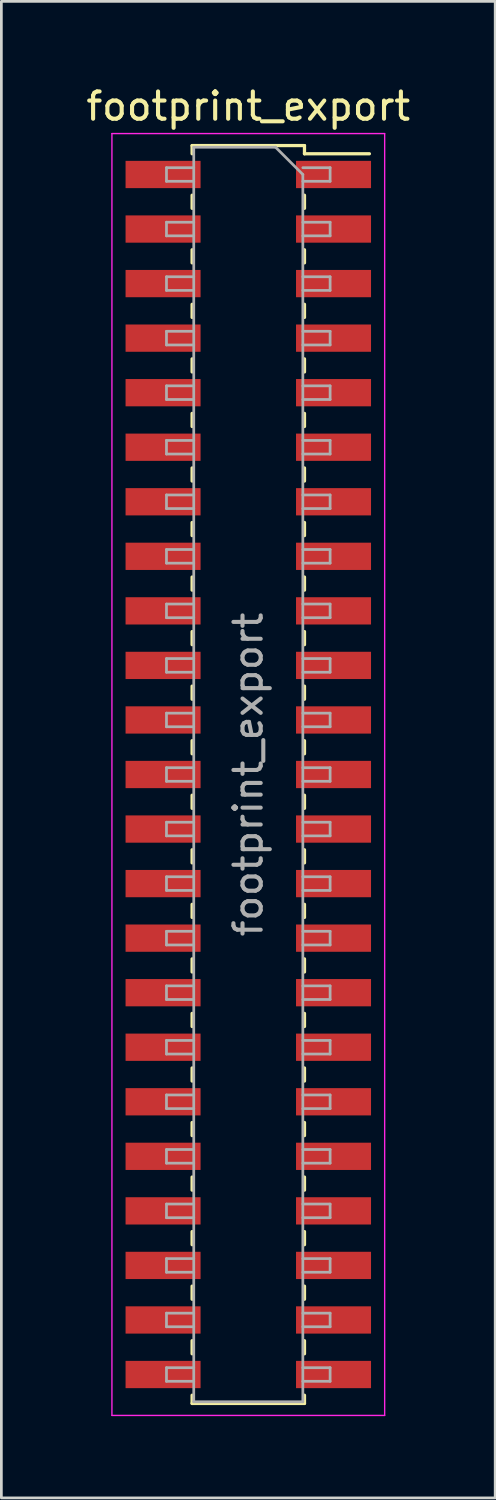
<source format=kicad_pcb>
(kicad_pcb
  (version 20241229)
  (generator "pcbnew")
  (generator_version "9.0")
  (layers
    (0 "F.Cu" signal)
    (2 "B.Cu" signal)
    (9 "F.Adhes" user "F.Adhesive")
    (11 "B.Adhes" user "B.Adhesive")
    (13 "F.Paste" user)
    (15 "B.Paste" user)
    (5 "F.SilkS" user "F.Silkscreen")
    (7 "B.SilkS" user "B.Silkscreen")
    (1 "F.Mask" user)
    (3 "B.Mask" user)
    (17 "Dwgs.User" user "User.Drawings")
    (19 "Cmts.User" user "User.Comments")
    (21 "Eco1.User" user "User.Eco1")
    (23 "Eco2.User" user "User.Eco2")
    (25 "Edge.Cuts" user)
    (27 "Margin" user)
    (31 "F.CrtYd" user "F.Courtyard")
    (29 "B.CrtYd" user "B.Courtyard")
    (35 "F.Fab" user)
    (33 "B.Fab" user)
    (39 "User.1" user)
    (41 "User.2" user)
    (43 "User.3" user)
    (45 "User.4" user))
  (footprint "footprint_export"
    (layer "F.Cu")
    (at 6.054 25.348)
    (property "Reference" "footprint_export" (at 0 -24.5 0) (layer "F.SilkS") (effects (font (size 1 1) (thickness 0.15))))
    (attr smd)
    (fp_line (start -2.06 -23.06) (end -2.06 -22.76) (stroke (width 0.12) (type solid)) (layer "F.SilkS"))
    (fp_line (start -2.06 -23.06) (end 2.06 -23.06) (stroke (width 0.12) (type solid)) (layer "F.SilkS"))
    (fp_line (start -2.06 -21.24) (end -2.06 -20.76) (stroke (width 0.12) (type solid)) (layer "F.SilkS"))
    (fp_line (start -2.06 -19.24) (end -2.06 -18.76) (stroke (width 0.12) (type solid)) (layer "F.SilkS"))
    (fp_line (start -2.06 -17.24) (end -2.06 -16.76) (stroke (width 0.12) (type solid)) (layer "F.SilkS"))
    (fp_line (start -2.06 -15.24) (end -2.06 -14.76) (stroke (width 0.12) (type solid)) (layer "F.SilkS"))
    (fp_line (start -2.06 -13.24) (end -2.06 -12.76) (stroke (width 0.12) (type solid)) (layer "F.SilkS"))
    (fp_line (start -2.06 -11.24) (end -2.06 -10.76) (stroke (width 0.12) (type solid)) (layer "F.SilkS"))
    (fp_line (start -2.06 -9.24) (end -2.06 -8.76) (stroke (width 0.12) (type solid)) (layer "F.SilkS"))
    (fp_line (start -2.06 -7.24) (end -2.06 -6.76) (stroke (width 0.12) (type solid)) (layer "F.SilkS"))
    (fp_line (start -2.06 -5.24) (end -2.06 -4.76) (stroke (width 0.12) (type solid)) (layer "F.SilkS"))
    (fp_line (start -2.06 -3.24) (end -2.06 -2.76) (stroke (width 0.12) (type solid)) (layer "F.SilkS"))
    (fp_line (start -2.06 -1.24) (end -2.06 -0.76) (stroke (width 0.12) (type solid)) (layer "F.SilkS"))
    (fp_line (start -2.06 0.76) (end -2.06 1.24) (stroke (width 0.12) (type solid)) (layer "F.SilkS"))
    (fp_line (start -2.06 2.76) (end -2.06 3.24) (stroke (width 0.12) (type solid)) (layer "F.SilkS"))
    (fp_line (start -2.06 4.76) (end -2.06 5.24) (stroke (width 0.12) (type solid)) (layer "F.SilkS"))
    (fp_line (start -2.06 6.76) (end -2.06 7.24) (stroke (width 0.12) (type solid)) (layer "F.SilkS"))
    (fp_line (start -2.06 8.76) (end -2.06 9.24) (stroke (width 0.12) (type solid)) (layer "F.SilkS"))
    (fp_line (start -2.06 10.76) (end -2.06 11.24) (stroke (width 0.12) (type solid)) (layer "F.SilkS"))
    (fp_line (start -2.06 12.76) (end -2.06 13.24) (stroke (width 0.12) (type solid)) (layer "F.SilkS"))
    (fp_line (start -2.06 14.76) (end -2.06 15.24) (stroke (width 0.12) (type solid)) (layer "F.SilkS"))
    (fp_line (start -2.06 16.76) (end -2.06 17.24) (stroke (width 0.12) (type solid)) (layer "F.SilkS"))
    (fp_line (start -2.06 18.76) (end -2.06 19.24) (stroke (width 0.12) (type solid)) (layer "F.SilkS"))
    (fp_line (start -2.06 20.76) (end -2.06 21.24) (stroke (width 0.12) (type solid)) (layer "F.SilkS"))
    (fp_line (start -2.06 22.76) (end -2.06 23.06) (stroke (width 0.12) (type solid)) (layer "F.SilkS"))
    (fp_line (start -2.06 23.06) (end 2.06 23.06) (stroke (width 0.12) (type solid)) (layer "F.SilkS"))
    (fp_line (start 2.06 -23.06) (end 2.06 -22.76) (stroke (width 0.12) (type solid)) (layer "F.SilkS"))
    (fp_line (start 2.06 -22.76) (end 4.44 -22.76) (stroke (width 0.12) (type solid)) (layer "F.SilkS"))
    (fp_line (start 2.06 -21.24) (end 2.06 -20.76) (stroke (width 0.12) (type solid)) (layer "F.SilkS"))
    (fp_line (start 2.06 -19.24) (end 2.06 -18.76) (stroke (width 0.12) (type solid)) (layer "F.SilkS"))
    (fp_line (start 2.06 -17.24) (end 2.06 -16.76) (stroke (width 0.12) (type solid)) (layer "F.SilkS"))
    (fp_line (start 2.06 -15.24) (end 2.06 -14.76) (stroke (width 0.12) (type solid)) (layer "F.SilkS"))
    (fp_line (start 2.06 -13.24) (end 2.06 -12.76) (stroke (width 0.12) (type solid)) (layer "F.SilkS"))
    (fp_line (start 2.06 -11.24) (end 2.06 -10.76) (stroke (width 0.12) (type solid)) (layer "F.SilkS"))
    (fp_line (start 2.06 -9.24) (end 2.06 -8.76) (stroke (width 0.12) (type solid)) (layer "F.SilkS"))
    (fp_line (start 2.06 -7.24) (end 2.06 -6.76) (stroke (width 0.12) (type solid)) (layer "F.SilkS"))
    (fp_line (start 2.06 -5.24) (end 2.06 -4.76) (stroke (width 0.12) (type solid)) (layer "F.SilkS"))
    (fp_line (start 2.06 -3.24) (end 2.06 -2.76) (stroke (width 0.12) (type solid)) (layer "F.SilkS"))
    (fp_line (start 2.06 -1.24) (end 2.06 -0.76) (stroke (width 0.12) (type solid)) (layer "F.SilkS"))
    (fp_line (start 2.06 0.76) (end 2.06 1.24) (stroke (width 0.12) (type solid)) (layer "F.SilkS"))
    (fp_line (start 2.06 2.76) (end 2.06 3.24) (stroke (width 0.12) (type solid)) (layer "F.SilkS"))
    (fp_line (start 2.06 4.76) (end 2.06 5.24) (stroke (width 0.12) (type solid)) (layer "F.SilkS"))
    (fp_line (start 2.06 6.76) (end 2.06 7.24) (stroke (width 0.12) (type solid)) (layer "F.SilkS"))
    (fp_line (start 2.06 8.76) (end 2.06 9.24) (stroke (width 0.12) (type solid)) (layer "F.SilkS"))
    (fp_line (start 2.06 10.76) (end 2.06 11.24) (stroke (width 0.12) (type solid)) (layer "F.SilkS"))
    (fp_line (start 2.06 12.76) (end 2.06 13.24) (stroke (width 0.12) (type solid)) (layer "F.SilkS"))
    (fp_line (start 2.06 14.76) (end 2.06 15.24) (stroke (width 0.12) (type solid)) (layer "F.SilkS"))
    (fp_line (start 2.06 16.76) (end 2.06 17.24) (stroke (width 0.12) (type solid)) (layer "F.SilkS"))
    (fp_line (start 2.06 18.76) (end 2.06 19.24) (stroke (width 0.12) (type solid)) (layer "F.SilkS"))
    (fp_line (start 2.06 20.76) (end 2.06 21.24) (stroke (width 0.12) (type solid)) (layer "F.SilkS"))
    (fp_line (start 2.06 22.76) (end 2.06 23.06) (stroke (width 0.12) (type solid)) (layer "F.SilkS"))
    (fp_line (start -5 -23.5) (end 5 -23.5) (stroke (width 0.05) (type solid)) (layer "F.CrtYd"))
    (fp_line (start -5 23.5) (end -5 -23.5) (stroke (width 0.05) (type solid)) (layer "F.CrtYd"))
    (fp_line (start 5 -23.5) (end 5 23.5) (stroke (width 0.05) (type solid)) (layer "F.CrtYd"))
    (fp_line (start 5 23.5) (end -5 23.5) (stroke (width 0.05) (type solid)) (layer "F.CrtYd"))
    (fp_line (start -3 -22.25) (end -2 -22.25) (stroke (width 0.1) (type solid)) (layer "F.Fab"))
    (fp_line (start -3 -21.75) (end -3 -22.25) (stroke (width 0.1) (type solid)) (layer "F.Fab"))
    (fp_line (start -3 -20.25) (end -2 -20.25) (stroke (width 0.1) (type solid)) (layer "F.Fab"))
    (fp_line (start -3 -19.75) (end -3 -20.25) (stroke (width 0.1) (type solid)) (layer "F.Fab"))
    (fp_line (start -3 -18.25) (end -2 -18.25) (stroke (width 0.1) (type solid)) (layer "F.Fab"))
    (fp_line (start -3 -17.75) (end -3 -18.25) (stroke (width 0.1) (type solid)) (layer "F.Fab"))
    (fp_line (start -3 -16.25) (end -2 -16.25) (stroke (width 0.1) (type solid)) (layer "F.Fab"))
    (fp_line (start -3 -15.75) (end -3 -16.25) (stroke (width 0.1) (type solid)) (layer "F.Fab"))
    (fp_line (start -3 -14.25) (end -2 -14.25) (stroke (width 0.1) (type solid)) (layer "F.Fab"))
    (fp_line (start -3 -13.75) (end -3 -14.25) (stroke (width 0.1) (type solid)) (layer "F.Fab"))
    (fp_line (start -3 -12.25) (end -2 -12.25) (stroke (width 0.1) (type solid)) (layer "F.Fab"))
    (fp_line (start -3 -11.75) (end -3 -12.25) (stroke (width 0.1) (type solid)) (layer "F.Fab"))
    (fp_line (start -3 -10.25) (end -2 -10.25) (stroke (width 0.1) (type solid)) (layer "F.Fab"))
    (fp_line (start -3 -9.75) (end -3 -10.25) (stroke (width 0.1) (type solid)) (layer "F.Fab"))
    (fp_line (start -3 -8.25) (end -2 -8.25) (stroke (width 0.1) (type solid)) (layer "F.Fab"))
    (fp_line (start -3 -7.75) (end -3 -8.25) (stroke (width 0.1) (type solid)) (layer "F.Fab"))
    (fp_line (start -3 -6.25) (end -2 -6.25) (stroke (width 0.1) (type solid)) (layer "F.Fab"))
    (fp_line (start -3 -5.75) (end -3 -6.25) (stroke (width 0.1) (type solid)) (layer "F.Fab"))
    (fp_line (start -3 -4.25) (end -2 -4.25) (stroke (width 0.1) (type solid)) (layer "F.Fab"))
    (fp_line (start -3 -3.75) (end -3 -4.25) (stroke (width 0.1) (type solid)) (layer "F.Fab"))
    (fp_line (start -3 -2.25) (end -2 -2.25) (stroke (width 0.1) (type solid)) (layer "F.Fab"))
    (fp_line (start -3 -1.75) (end -3 -2.25) (stroke (width 0.1) (type solid)) (layer "F.Fab"))
    (fp_line (start -3 -0.25) (end -2 -0.25) (stroke (width 0.1) (type solid)) (layer "F.Fab"))
    (fp_line (start -3 0.25) (end -3 -0.25) (stroke (width 0.1) (type solid)) (layer "F.Fab"))
    (fp_line (start -3 1.75) (end -2 1.75) (stroke (width 0.1) (type solid)) (layer "F.Fab"))
    (fp_line (start -3 2.25) (end -3 1.75) (stroke (width 0.1) (type solid)) (layer "F.Fab"))
    (fp_line (start -3 3.75) (end -2 3.75) (stroke (width 0.1) (type solid)) (layer "F.Fab"))
    (fp_line (start -3 4.25) (end -3 3.75) (stroke (width 0.1) (type solid)) (layer "F.Fab"))
    (fp_line (start -3 5.75) (end -2 5.75) (stroke (width 0.1) (type solid)) (layer "F.Fab"))
    (fp_line (start -3 6.25) (end -3 5.75) (stroke (width 0.1) (type solid)) (layer "F.Fab"))
    (fp_line (start -3 7.75) (end -2 7.75) (stroke (width 0.1) (type solid)) (layer "F.Fab"))
    (fp_line (start -3 8.25) (end -3 7.75) (stroke (width 0.1) (type solid)) (layer "F.Fab"))
    (fp_line (start -3 9.75) (end -2 9.75) (stroke (width 0.1) (type solid)) (layer "F.Fab"))
    (fp_line (start -3 10.25) (end -3 9.75) (stroke (width 0.1) (type solid)) (layer "F.Fab"))
    (fp_line (start -3 11.75) (end -2 11.75) (stroke (width 0.1) (type solid)) (layer "F.Fab"))
    (fp_line (start -3 12.25) (end -3 11.75) (stroke (width 0.1) (type solid)) (layer "F.Fab"))
    (fp_line (start -3 13.75) (end -2 13.75) (stroke (width 0.1) (type solid)) (layer "F.Fab"))
    (fp_line (start -3 14.25) (end -3 13.75) (stroke (width 0.1) (type solid)) (layer "F.Fab"))
    (fp_line (start -3 15.75) (end -2 15.75) (stroke (width 0.1) (type solid)) (layer "F.Fab"))
    (fp_line (start -3 16.25) (end -3 15.75) (stroke (width 0.1) (type solid)) (layer "F.Fab"))
    (fp_line (start -3 17.75) (end -2 17.75) (stroke (width 0.1) (type solid)) (layer "F.Fab"))
    (fp_line (start -3 18.25) (end -3 17.75) (stroke (width 0.1) (type solid)) (layer "F.Fab"))
    (fp_line (start -3 19.75) (end -2 19.75) (stroke (width 0.1) (type solid)) (layer "F.Fab"))
    (fp_line (start -3 20.25) (end -3 19.75) (stroke (width 0.1) (type solid)) (layer "F.Fab"))
    (fp_line (start -3 21.75) (end -2 21.75) (stroke (width 0.1) (type solid)) (layer "F.Fab"))
    (fp_line (start -3 22.25) (end -3 21.75) (stroke (width 0.1) (type solid)) (layer "F.Fab"))
    (fp_line (start -2 -23) (end 1 -23) (stroke (width 0.1) (type solid)) (layer "F.Fab"))
    (fp_line (start -2 -21.75) (end -3 -21.75) (stroke (width 0.1) (type solid)) (layer "F.Fab"))
    (fp_line (start -2 -19.75) (end -3 -19.75) (stroke (width 0.1) (type solid)) (layer "F.Fab"))
    (fp_line (start -2 -17.75) (end -3 -17.75) (stroke (width 0.1) (type solid)) (layer "F.Fab"))
    (fp_line (start -2 -15.75) (end -3 -15.75) (stroke (width 0.1) (type solid)) (layer "F.Fab"))
    (fp_line (start -2 -13.75) (end -3 -13.75) (stroke (width 0.1) (type solid)) (layer "F.Fab"))
    (fp_line (start -2 -11.75) (end -3 -11.75) (stroke (width 0.1) (type solid)) (layer "F.Fab"))
    (fp_line (start -2 -9.75) (end -3 -9.75) (stroke (width 0.1) (type solid)) (layer "F.Fab"))
    (fp_line (start -2 -7.75) (end -3 -7.75) (stroke (width 0.1) (type solid)) (layer "F.Fab"))
    (fp_line (start -2 -5.75) (end -3 -5.75) (stroke (width 0.1) (type solid)) (layer "F.Fab"))
    (fp_line (start -2 -3.75) (end -3 -3.75) (stroke (width 0.1) (type solid)) (layer "F.Fab"))
    (fp_line (start -2 -1.75) (end -3 -1.75) (stroke (width 0.1) (type solid)) (layer "F.Fab"))
    (fp_line (start -2 0.25) (end -3 0.25) (stroke (width 0.1) (type solid)) (layer "F.Fab"))
    (fp_line (start -2 2.25) (end -3 2.25) (stroke (width 0.1) (type solid)) (layer "F.Fab"))
    (fp_line (start -2 4.25) (end -3 4.25) (stroke (width 0.1) (type solid)) (layer "F.Fab"))
    (fp_line (start -2 6.25) (end -3 6.25) (stroke (width 0.1) (type solid)) (layer "F.Fab"))
    (fp_line (start -2 8.25) (end -3 8.25) (stroke (width 0.1) (type solid)) (layer "F.Fab"))
    (fp_line (start -2 10.25) (end -3 10.25) (stroke (width 0.1) (type solid)) (layer "F.Fab"))
    (fp_line (start -2 12.25) (end -3 12.25) (stroke (width 0.1) (type solid)) (layer "F.Fab"))
    (fp_line (start -2 14.25) (end -3 14.25) (stroke (width 0.1) (type solid)) (layer "F.Fab"))
    (fp_line (start -2 16.25) (end -3 16.25) (stroke (width 0.1) (type solid)) (layer "F.Fab"))
    (fp_line (start -2 18.25) (end -3 18.25) (stroke (width 0.1) (type solid)) (layer "F.Fab"))
    (fp_line (start -2 20.25) (end -3 20.25) (stroke (width 0.1) (type solid)) (layer "F.Fab"))
    (fp_line (start -2 22.25) (end -3 22.25) (stroke (width 0.1) (type solid)) (layer "F.Fab"))
    (fp_line (start -2 23) (end -2 -23) (stroke (width 0.1) (type solid)) (layer "F.Fab"))
    (fp_line (start 1 -23) (end 2 -22) (stroke (width 0.1) (type solid)) (layer "F.Fab"))
    (fp_line (start 2 -22.25) (end 3 -22.25) (stroke (width 0.1) (type solid)) (layer "F.Fab"))
    (fp_line (start 2 -22) (end 2 23) (stroke (width 0.1) (type solid)) (layer "F.Fab"))
    (fp_line (start 2 -20.25) (end 3 -20.25) (stroke (width 0.1) (type solid)) (layer "F.Fab"))
    (fp_line (start 2 -18.25) (end 3 -18.25) (stroke (width 0.1) (type solid)) (layer "F.Fab"))
    (fp_line (start 2 -16.25) (end 3 -16.25) (stroke (width 0.1) (type solid)) (layer "F.Fab"))
    (fp_line (start 2 -14.25) (end 3 -14.25) (stroke (width 0.1) (type solid)) (layer "F.Fab"))
    (fp_line (start 2 -12.25) (end 3 -12.25) (stroke (width 0.1) (type solid)) (layer "F.Fab"))
    (fp_line (start 2 -10.25) (end 3 -10.25) (stroke (width 0.1) (type solid)) (layer "F.Fab"))
    (fp_line (start 2 -8.25) (end 3 -8.25) (stroke (width 0.1) (type solid)) (layer "F.Fab"))
    (fp_line (start 2 -6.25) (end 3 -6.25) (stroke (width 0.1) (type solid)) (layer "F.Fab"))
    (fp_line (start 2 -4.25) (end 3 -4.25) (stroke (width 0.1) (type solid)) (layer "F.Fab"))
    (fp_line (start 2 -2.25) (end 3 -2.25) (stroke (width 0.1) (type solid)) (layer "F.Fab"))
    (fp_line (start 2 -0.25) (end 3 -0.25) (stroke (width 0.1) (type solid)) (layer "F.Fab"))
    (fp_line (start 2 1.75) (end 3 1.75) (stroke (width 0.1) (type solid)) (layer "F.Fab"))
    (fp_line (start 2 3.75) (end 3 3.75) (stroke (width 0.1) (type solid)) (layer "F.Fab"))
    (fp_line (start 2 5.75) (end 3 5.75) (stroke (width 0.1) (type solid)) (layer "F.Fab"))
    (fp_line (start 2 7.75) (end 3 7.75) (stroke (width 0.1) (type solid)) (layer "F.Fab"))
    (fp_line (start 2 9.75) (end 3 9.75) (stroke (width 0.1) (type solid)) (layer "F.Fab"))
    (fp_line (start 2 11.75) (end 3 11.75) (stroke (width 0.1) (type solid)) (layer "F.Fab"))
    (fp_line (start 2 13.75) (end 3 13.75) (stroke (width 0.1) (type solid)) (layer "F.Fab"))
    (fp_line (start 2 15.75) (end 3 15.75) (stroke (width 0.1) (type solid)) (layer "F.Fab"))
    (fp_line (start 2 17.75) (end 3 17.75) (stroke (width 0.1) (type solid)) (layer "F.Fab"))
    (fp_line (start 2 19.75) (end 3 19.75) (stroke (width 0.1) (type solid)) (layer "F.Fab"))
    (fp_line (start 2 21.75) (end 3 21.75) (stroke (width 0.1) (type solid)) (layer "F.Fab"))
    (fp_line (start 2 23) (end -2 23) (stroke (width 0.1) (type solid)) (layer "F.Fab"))
    (fp_line (start 3 -22.25) (end 3 -21.75) (stroke (width 0.1) (type solid)) (layer "F.Fab"))
    (fp_line (start 3 -21.75) (end 2 -21.75) (stroke (width 0.1) (type solid)) (layer "F.Fab"))
    (fp_line (start 3 -20.25) (end 3 -19.75) (stroke (width 0.1) (type solid)) (layer "F.Fab"))
    (fp_line (start 3 -19.75) (end 2 -19.75) (stroke (width 0.1) (type solid)) (layer "F.Fab"))
    (fp_line (start 3 -18.25) (end 3 -17.75) (stroke (width 0.1) (type solid)) (layer "F.Fab"))
    (fp_line (start 3 -17.75) (end 2 -17.75) (stroke (width 0.1) (type solid)) (layer "F.Fab"))
    (fp_line (start 3 -16.25) (end 3 -15.75) (stroke (width 0.1) (type solid)) (layer "F.Fab"))
    (fp_line (start 3 -15.75) (end 2 -15.75) (stroke (width 0.1) (type solid)) (layer "F.Fab"))
    (fp_line (start 3 -14.25) (end 3 -13.75) (stroke (width 0.1) (type solid)) (layer "F.Fab"))
    (fp_line (start 3 -13.75) (end 2 -13.75) (stroke (width 0.1) (type solid)) (layer "F.Fab"))
    (fp_line (start 3 -12.25) (end 3 -11.75) (stroke (width 0.1) (type solid)) (layer "F.Fab"))
    (fp_line (start 3 -11.75) (end 2 -11.75) (stroke (width 0.1) (type solid)) (layer "F.Fab"))
    (fp_line (start 3 -10.25) (end 3 -9.75) (stroke (width 0.1) (type solid)) (layer "F.Fab"))
    (fp_line (start 3 -9.75) (end 2 -9.75) (stroke (width 0.1) (type solid)) (layer "F.Fab"))
    (fp_line (start 3 -8.25) (end 3 -7.75) (stroke (width 0.1) (type solid)) (layer "F.Fab"))
    (fp_line (start 3 -7.75) (end 2 -7.75) (stroke (width 0.1) (type solid)) (layer "F.Fab"))
    (fp_line (start 3 -6.25) (end 3 -5.75) (stroke (width 0.1) (type solid)) (layer "F.Fab"))
    (fp_line (start 3 -5.75) (end 2 -5.75) (stroke (width 0.1) (type solid)) (layer "F.Fab"))
    (fp_line (start 3 -4.25) (end 3 -3.75) (stroke (width 0.1) (type solid)) (layer "F.Fab"))
    (fp_line (start 3 -3.75) (end 2 -3.75) (stroke (width 0.1) (type solid)) (layer "F.Fab"))
    (fp_line (start 3 -2.25) (end 3 -1.75) (stroke (width 0.1) (type solid)) (layer "F.Fab"))
    (fp_line (start 3 -1.75) (end 2 -1.75) (stroke (width 0.1) (type solid)) (layer "F.Fab"))
    (fp_line (start 3 -0.25) (end 3 0.25) (stroke (width 0.1) (type solid)) (layer "F.Fab"))
    (fp_line (start 3 0.25) (end 2 0.25) (stroke (width 0.1) (type solid)) (layer "F.Fab"))
    (fp_line (start 3 1.75) (end 3 2.25) (stroke (width 0.1) (type solid)) (layer "F.Fab"))
    (fp_line (start 3 2.25) (end 2 2.25) (stroke (width 0.1) (type solid)) (layer "F.Fab"))
    (fp_line (start 3 3.75) (end 3 4.25) (stroke (width 0.1) (type solid)) (layer "F.Fab"))
    (fp_line (start 3 4.25) (end 2 4.25) (stroke (width 0.1) (type solid)) (layer "F.Fab"))
    (fp_line (start 3 5.75) (end 3 6.25) (stroke (width 0.1) (type solid)) (layer "F.Fab"))
    (fp_line (start 3 6.25) (end 2 6.25) (stroke (width 0.1) (type solid)) (layer "F.Fab"))
    (fp_line (start 3 7.75) (end 3 8.25) (stroke (width 0.1) (type solid)) (layer "F.Fab"))
    (fp_line (start 3 8.25) (end 2 8.25) (stroke (width 0.1) (type solid)) (layer "F.Fab"))
    (fp_line (start 3 9.75) (end 3 10.25) (stroke (width 0.1) (type solid)) (layer "F.Fab"))
    (fp_line (start 3 10.25) (end 2 10.25) (stroke (width 0.1) (type solid)) (layer "F.Fab"))
    (fp_line (start 3 11.75) (end 3 12.25) (stroke (width 0.1) (type solid)) (layer "F.Fab"))
    (fp_line (start 3 12.25) (end 2 12.25) (stroke (width 0.1) (type solid)) (layer "F.Fab"))
    (fp_line (start 3 13.75) (end 3 14.25) (stroke (width 0.1) (type solid)) (layer "F.Fab"))
    (fp_line (start 3 14.25) (end 2 14.25) (stroke (width 0.1) (type solid)) (layer "F.Fab"))
    (fp_line (start 3 15.75) (end 3 16.25) (stroke (width 0.1) (type solid)) (layer "F.Fab"))
    (fp_line (start 3 16.25) (end 2 16.25) (stroke (width 0.1) (type solid)) (layer "F.Fab"))
    (fp_line (start 3 17.75) (end 3 18.25) (stroke (width 0.1) (type solid)) (layer "F.Fab"))
    (fp_line (start 3 18.25) (end 2 18.25) (stroke (width 0.1) (type solid)) (layer "F.Fab"))
    (fp_line (start 3 19.75) (end 3 20.25) (stroke (width 0.1) (type solid)) (layer "F.Fab"))
    (fp_line (start 3 20.25) (end 2 20.25) (stroke (width 0.1) (type solid)) (layer "F.Fab"))
    (fp_line (start 3 21.75) (end 3 22.25) (stroke (width 0.1) (type solid)) (layer "F.Fab"))
    (fp_line (start 3 22.25) (end 2 22.25) (stroke (width 0.1) (type solid)) (layer "F.Fab"))
    (fp_text user "${REFERENCE}" (at 0 0 90) (layer "F.Fab") (effects (font (size 1 1) (thickness 0.15))))
    (pad "1" smd rect (at 3.125 -22) (size 2.75 1) (layers "F.Cu" "F.Mask" "F.Paste"))
    (pad "2" smd rect (at -3.125 -22) (size 2.75 1) (layers "F.Cu" "F.Mask" "F.Paste"))
    (pad "3" smd rect (at 3.125 -20) (size 2.75 1) (layers "F.Cu" "F.Mask" "F.Paste"))
    (pad "4" smd rect (at -3.125 -20) (size 2.75 1) (layers "F.Cu" "F.Mask" "F.Paste"))
    (pad "5" smd rect (at 3.125 -18) (size 2.75 1) (layers "F.Cu" "F.Mask" "F.Paste"))
    (pad "6" smd rect (at -3.125 -18) (size 2.75 1) (layers "F.Cu" "F.Mask" "F.Paste"))
    (pad "7" smd rect (at 3.125 -16) (size 2.75 1) (layers "F.Cu" "F.Mask" "F.Paste"))
    (pad "8" smd rect (at -3.125 -16) (size 2.75 1) (layers "F.Cu" "F.Mask" "F.Paste"))
    (pad "9" smd rect (at 3.125 -14) (size 2.75 1) (layers "F.Cu" "F.Mask" "F.Paste"))
    (pad "10" smd rect (at -3.125 -14) (size 2.75 1) (layers "F.Cu" "F.Mask" "F.Paste"))
    (pad "11" smd rect (at 3.125 -12) (size 2.75 1) (layers "F.Cu" "F.Mask" "F.Paste"))
    (pad "12" smd rect (at -3.125 -12) (size 2.75 1) (layers "F.Cu" "F.Mask" "F.Paste"))
    (pad "13" smd rect (at 3.125 -10) (size 2.75 1) (layers "F.Cu" "F.Mask" "F.Paste"))
    (pad "14" smd rect (at -3.125 -10) (size 2.75 1) (layers "F.Cu" "F.Mask" "F.Paste"))
    (pad "15" smd rect (at 3.125 -8) (size 2.75 1) (layers "F.Cu" "F.Mask" "F.Paste"))
    (pad "16" smd rect (at -3.125 -8) (size 2.75 1) (layers "F.Cu" "F.Mask" "F.Paste"))
    (pad "17" smd rect (at 3.125 -6) (size 2.75 1) (layers "F.Cu" "F.Mask" "F.Paste"))
    (pad "18" smd rect (at -3.125 -6) (size 2.75 1) (layers "F.Cu" "F.Mask" "F.Paste"))
    (pad "19" smd rect (at 3.125 -4) (size 2.75 1) (layers "F.Cu" "F.Mask" "F.Paste"))
    (pad "20" smd rect (at -3.125 -4) (size 2.75 1) (layers "F.Cu" "F.Mask" "F.Paste"))
    (pad "21" smd rect (at 3.125 -2) (size 2.75 1) (layers "F.Cu" "F.Mask" "F.Paste"))
    (pad "22" smd rect (at -3.125 -2) (size 2.75 1) (layers "F.Cu" "F.Mask" "F.Paste"))
    (pad "23" smd rect (at 3.125 0) (size 2.75 1) (layers "F.Cu" "F.Mask" "F.Paste"))
    (pad "24" smd rect (at -3.125 0) (size 2.75 1) (layers "F.Cu" "F.Mask" "F.Paste"))
    (pad "25" smd rect (at 3.125 2) (size 2.75 1) (layers "F.Cu" "F.Mask" "F.Paste"))
    (pad "26" smd rect (at -3.125 2) (size 2.75 1) (layers "F.Cu" "F.Mask" "F.Paste"))
    (pad "27" smd rect (at 3.125 4) (size 2.75 1) (layers "F.Cu" "F.Mask" "F.Paste"))
    (pad "28" smd rect (at -3.125 4) (size 2.75 1) (layers "F.Cu" "F.Mask" "F.Paste"))
    (pad "29" smd rect (at 3.125 6) (size 2.75 1) (layers "F.Cu" "F.Mask" "F.Paste"))
    (pad "30" smd rect (at -3.125 6) (size 2.75 1) (layers "F.Cu" "F.Mask" "F.Paste"))
    (pad "31" smd rect (at 3.125 8) (size 2.75 1) (layers "F.Cu" "F.Mask" "F.Paste"))
    (pad "32" smd rect (at -3.125 8) (size 2.75 1) (layers "F.Cu" "F.Mask" "F.Paste"))
    (pad "33" smd rect (at 3.125 10) (size 2.75 1) (layers "F.Cu" "F.Mask" "F.Paste"))
    (pad "34" smd rect (at -3.125 10) (size 2.75 1) (layers "F.Cu" "F.Mask" "F.Paste"))
    (pad "35" smd rect (at 3.125 12) (size 2.75 1) (layers "F.Cu" "F.Mask" "F.Paste"))
    (pad "36" smd rect (at -3.125 12) (size 2.75 1) (layers "F.Cu" "F.Mask" "F.Paste"))
    (pad "37" smd rect (at 3.125 14) (size 2.75 1) (layers "F.Cu" "F.Mask" "F.Paste"))
    (pad "38" smd rect (at -3.125 14) (size 2.75 1) (layers "F.Cu" "F.Mask" "F.Paste"))
    (pad "39" smd rect (at 3.125 16) (size 2.75 1) (layers "F.Cu" "F.Mask" "F.Paste"))
    (pad "40" smd rect (at -3.125 16) (size 2.75 1) (layers "F.Cu" "F.Mask" "F.Paste"))
    (pad "41" smd rect (at 3.125 18) (size 2.75 1) (layers "F.Cu" "F.Mask" "F.Paste"))
    (pad "42" smd rect (at -3.125 18) (size 2.75 1) (layers "F.Cu" "F.Mask" "F.Paste"))
    (pad "43" smd rect (at 3.125 20) (size 2.75 1) (layers "F.Cu" "F.Mask" "F.Paste"))
    (pad "44" smd rect (at -3.125 20) (size 2.75 1) (layers "F.Cu" "F.Mask" "F.Paste"))
    (pad "45" smd rect (at 3.125 22) (size 2.75 1) (layers "F.Cu" "F.Mask" "F.Paste"))
    (pad "46" smd rect (at -3.125 22) (size 2.75 1) (layers "F.Cu" "F.Mask" "F.Paste")))
  (gr_rect
    (start -3 -3)
    (end 15.107 51.873)
    (stroke (width 0.1) (type default))
    (fill no)
    (layer "Edge.Cuts")))
</source>
